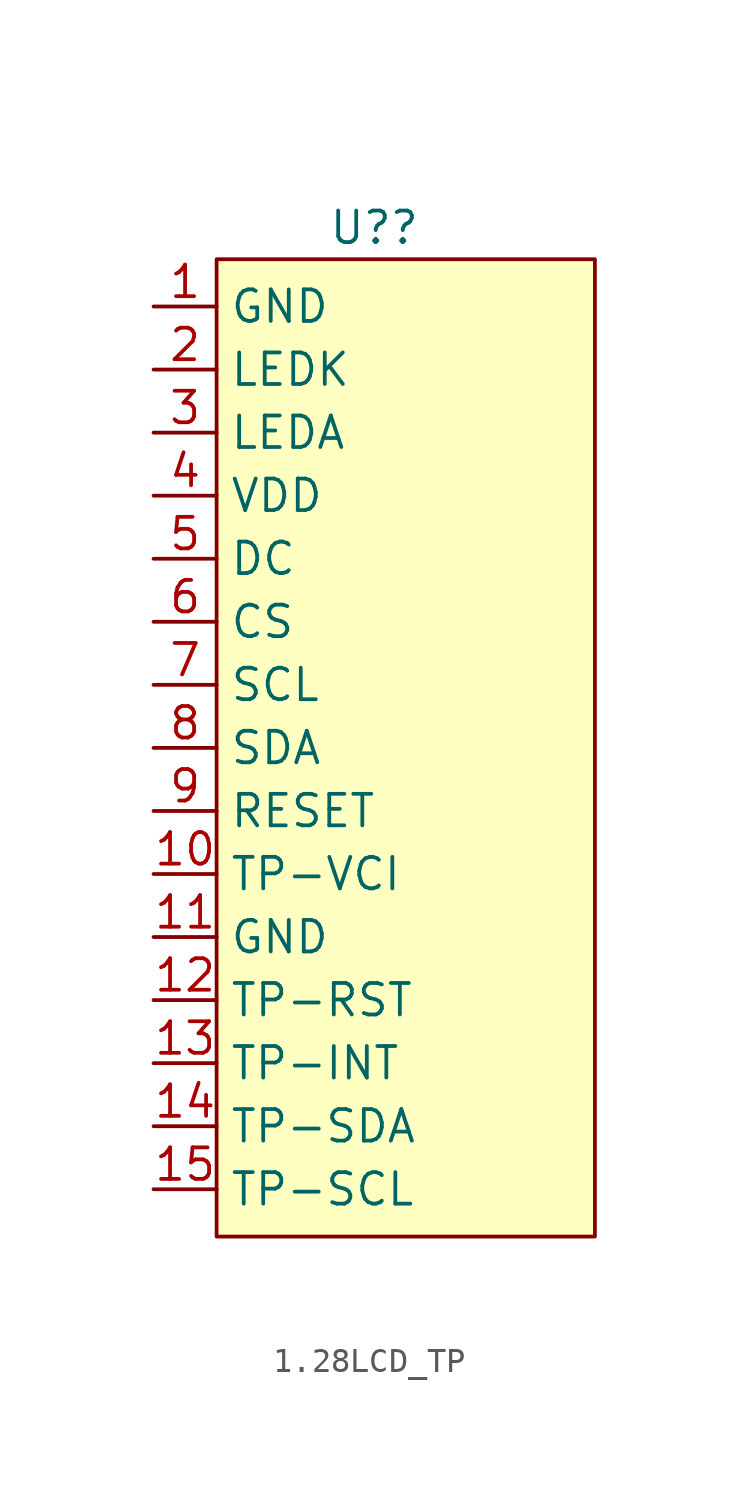
<source format=kicad_sym>
(kicad_symbol_lib
  (version 20220914)
  (generator kicad_symbol_editor)
  (symbol "1.28LCD_TP"
    (property "Reference" "U?"
      (at 0 20.955 0)
      (effects (font (size 1.27 1.27))))
    (property "Value" ""
      (at -1.905 17.145 0)
      (effects (font (size 1.27 1.27))))
    (symbol "1.28LCD_TP_1_1"
      (rectangle (start -6.35 19.685) (end 8.89 -19.685) (stroke (width 0) (type default)) (fill (type background)))
      (pin input line (at -8.89 17.78 0) (length 2.54) (name "GND" (effects (font (size 1.27 1.27)))) (number "1" (effects (font (size 1.27 1.27)))))
      (pin input line (at -8.89 -5.08 0) (length 2.54) (name "TP-VCI" (effects (font (size 1.27 1.27)))) (number "10" (effects (font (size 1.27 1.27)))))
      (pin input line (at -8.89 -7.62 0) (length 2.54) (name "GND" (effects (font (size 1.27 1.27)))) (number "11" (effects (font (size 1.27 1.27)))))
      (pin input line (at -8.89 -10.16 0) (length 2.54) (name "TP-RST" (effects (font (size 1.27 1.27)))) (number "12" (effects (font (size 1.27 1.27)))))
      (pin input line (at -8.89 -12.7 0) (length 2.54) (name "TP-INT" (effects (font (size 1.27 1.27)))) (number "13" (effects (font (size 1.27 1.27)))))
      (pin input line (at -8.89 -15.24 0) (length 2.54) (name "TP-SDA" (effects (font (size 1.27 1.27)))) (number "14" (effects (font (size 1.27 1.27)))))
      (pin input line (at -8.89 -17.78 0) (length 2.54) (name "TP-SCL" (effects (font (size 1.27 1.27)))) (number "15" (effects (font (size 1.27 1.27)))))
      (pin input line (at -8.89 15.24 0) (length 2.54) (name "LEDK" (effects (font (size 1.27 1.27)))) (number "2" (effects (font (size 1.27 1.27)))))
      (pin input line (at -8.89 12.7 0) (length 2.54) (name "LEDA" (effects (font (size 1.27 1.27)))) (number "3" (effects (font (size 1.27 1.27)))))
      (pin input line (at -8.89 10.16 0) (length 2.54) (name "VDD" (effects (font (size 1.27 1.27)))) (number "4" (effects (font (size 1.27 1.27)))))
      (pin input line (at -8.89 7.62 0) (length 2.54) (name "DC" (effects (font (size 1.27 1.27)))) (number "5" (effects (font (size 1.27 1.27)))))
      (pin input line (at -8.89 5.08 0) (length 2.54) (name "CS" (effects (font (size 1.27 1.27)))) (number "6" (effects (font (size 1.27 1.27)))))
      (pin input line (at -8.89 2.54 0) (length 2.54) (name "SCL" (effects (font (size 1.27 1.27)))) (number "7" (effects (font (size 1.27 1.27)))))
      (pin input line (at -8.89 0 0) (length 2.54) (name "SDA" (effects (font (size 1.27 1.27)))) (number "8" (effects (font (size 1.27 1.27)))))
      (pin input line (at -8.89 -2.54 0) (length 2.54) (name "RESET" (effects (font (size 1.27 1.27)))) (number "9" (effects (font (size 1.27 1.27))))))))
</source>
